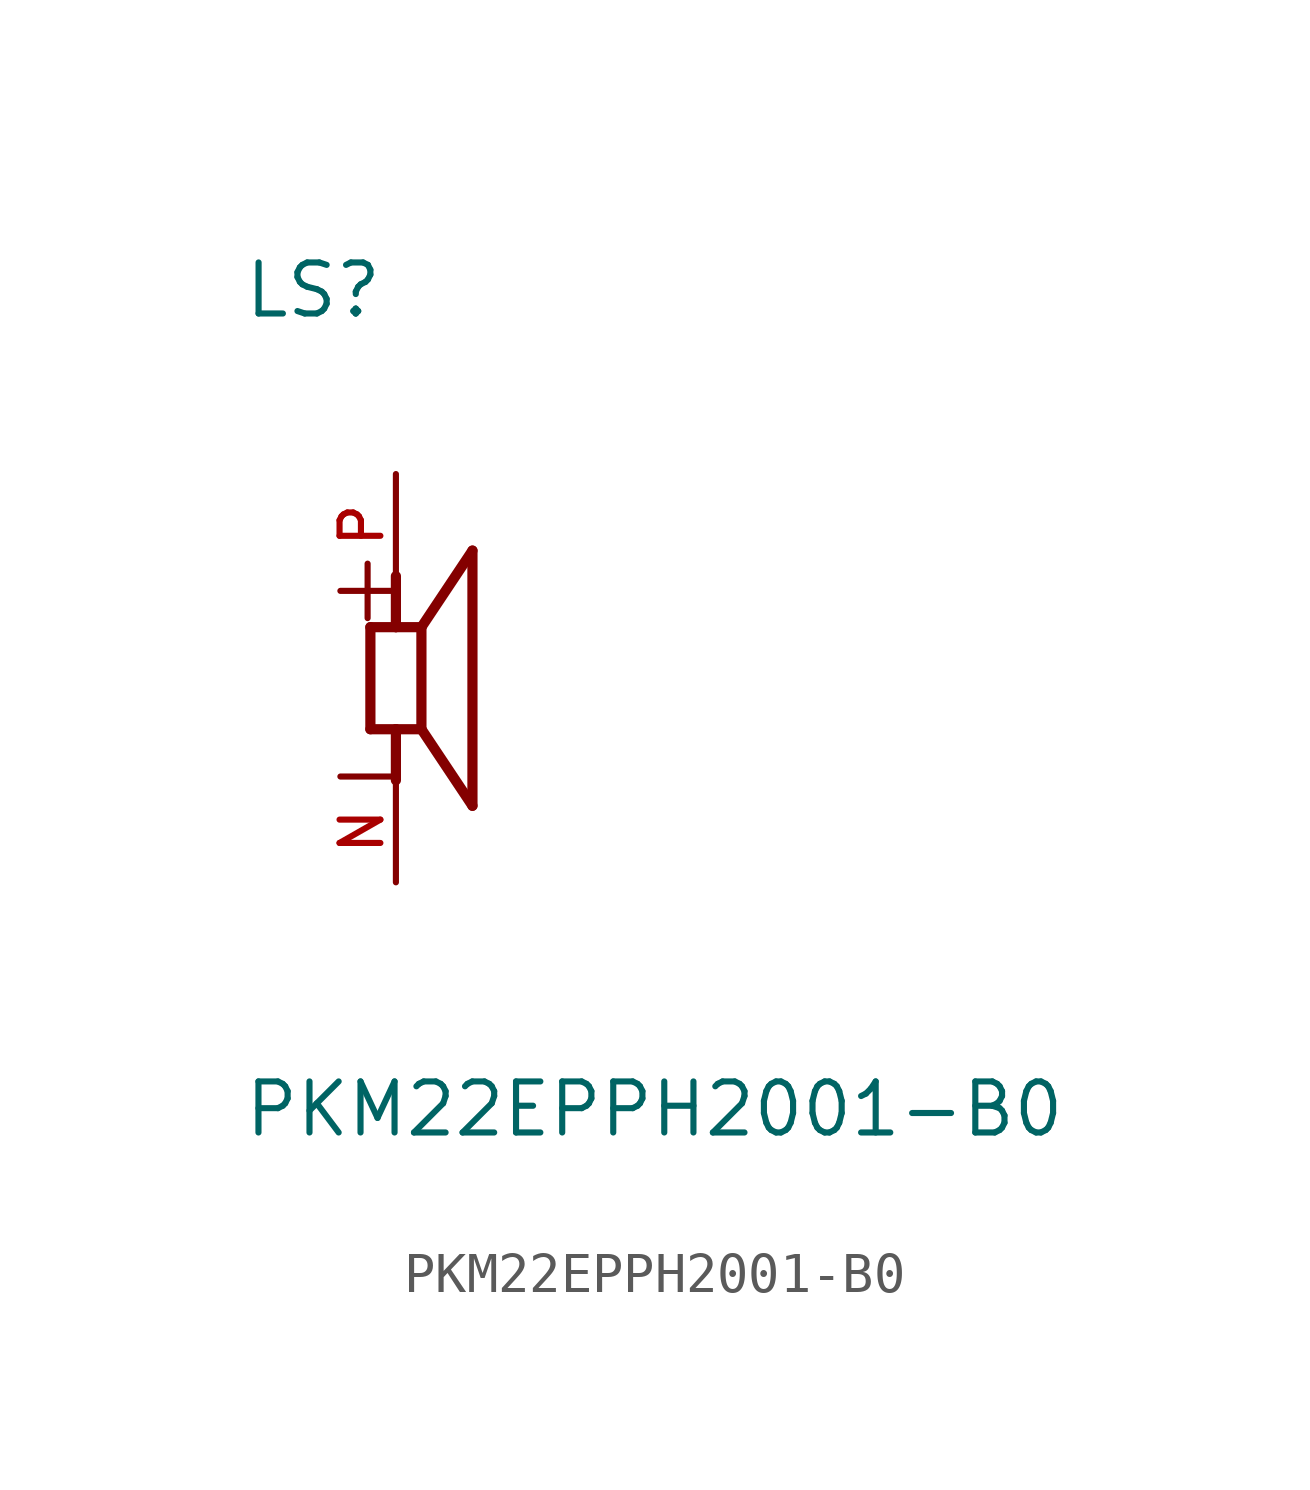
<source format=kicad_sym>
(kicad_symbol_lib
  (version 20220914)
  (generator kicad_symbol_editor)
  (symbol "PKM22EPPH2001-B0"
    (pin_names
      (offset 1.016))
    (property "Reference" "LS"
      (at -3.82 8.913 0)
      (effects (font (size 1.27 1.27)) (justify left bottom)))
    (property "Value" "PKM22EPPH2001-B0"
      (at -3.823 -11.469 0)
      (effects (font (size 1.27 1.27)) (justify left bottom)))
    (symbol "PKM22EPPH2001-B0_0_0"
      (polyline (pts (xy -0.635 -1.27) (xy -0.635 1.27)) (stroke (width 0.254) (type default)) (fill (type none)))
      (polyline (pts (xy -0.635 1.27) (xy 0 1.27)) (stroke (width 0.254) (type default)) (fill (type none)))
      (polyline (pts (xy 0 -1.27) (xy -0.635 -1.27)) (stroke (width 0.254) (type default)) (fill (type none)))
      (polyline (pts (xy 0 -1.27) (xy 0 -2.54)) (stroke (width 0.254) (type default)) (fill (type none)))
      (polyline (pts (xy 0 1.27) (xy 0 2.54)) (stroke (width 0.254) (type default)) (fill (type none)))
      (polyline (pts (xy 0 1.27) (xy 0.635 1.27)) (stroke (width 0.254) (type default)) (fill (type none)))
      (polyline (pts (xy 0.635 -1.27) (xy 0 -1.27)) (stroke (width 0.254) (type default)) (fill (type none)))
      (polyline (pts (xy 0.635 1.27) (xy 0.635 -1.27)) (stroke (width 0.254) (type default)) (fill (type none)))
      (polyline (pts (xy 0.635 1.27) (xy 1.905 3.175)) (stroke (width 0.254) (type default)) (fill (type none)))
      (polyline (pts (xy 1.905 -3.175) (xy 0.635 -1.27)) (stroke (width 0.254) (type default)) (fill (type none)))
      (polyline (pts (xy 1.905 3.175) (xy 1.905 -3.175)) (stroke (width 0.254) (type default)) (fill (type none)))
      (text "+" (at -1.905 1.27 0) (effects (font (size 1.778 1.778)) (justify left bottom)))
      (text "-" (at -1.905 -1.27 0) (effects (font (size 1.778 1.778)) (justify left top)))
      (pin passive line (at 0 -5.08 90) (length 2.54) (name "~" (effects (font (size 1.016 1.016)))) (number "N" (effects (font (size 1.016 1.016)))))
      (pin passive line (at 0 5.08 270) (length 2.54) (name "~" (effects (font (size 1.016 1.016)))) (number "P" (effects (font (size 1.016 1.016))))))))
</source>
